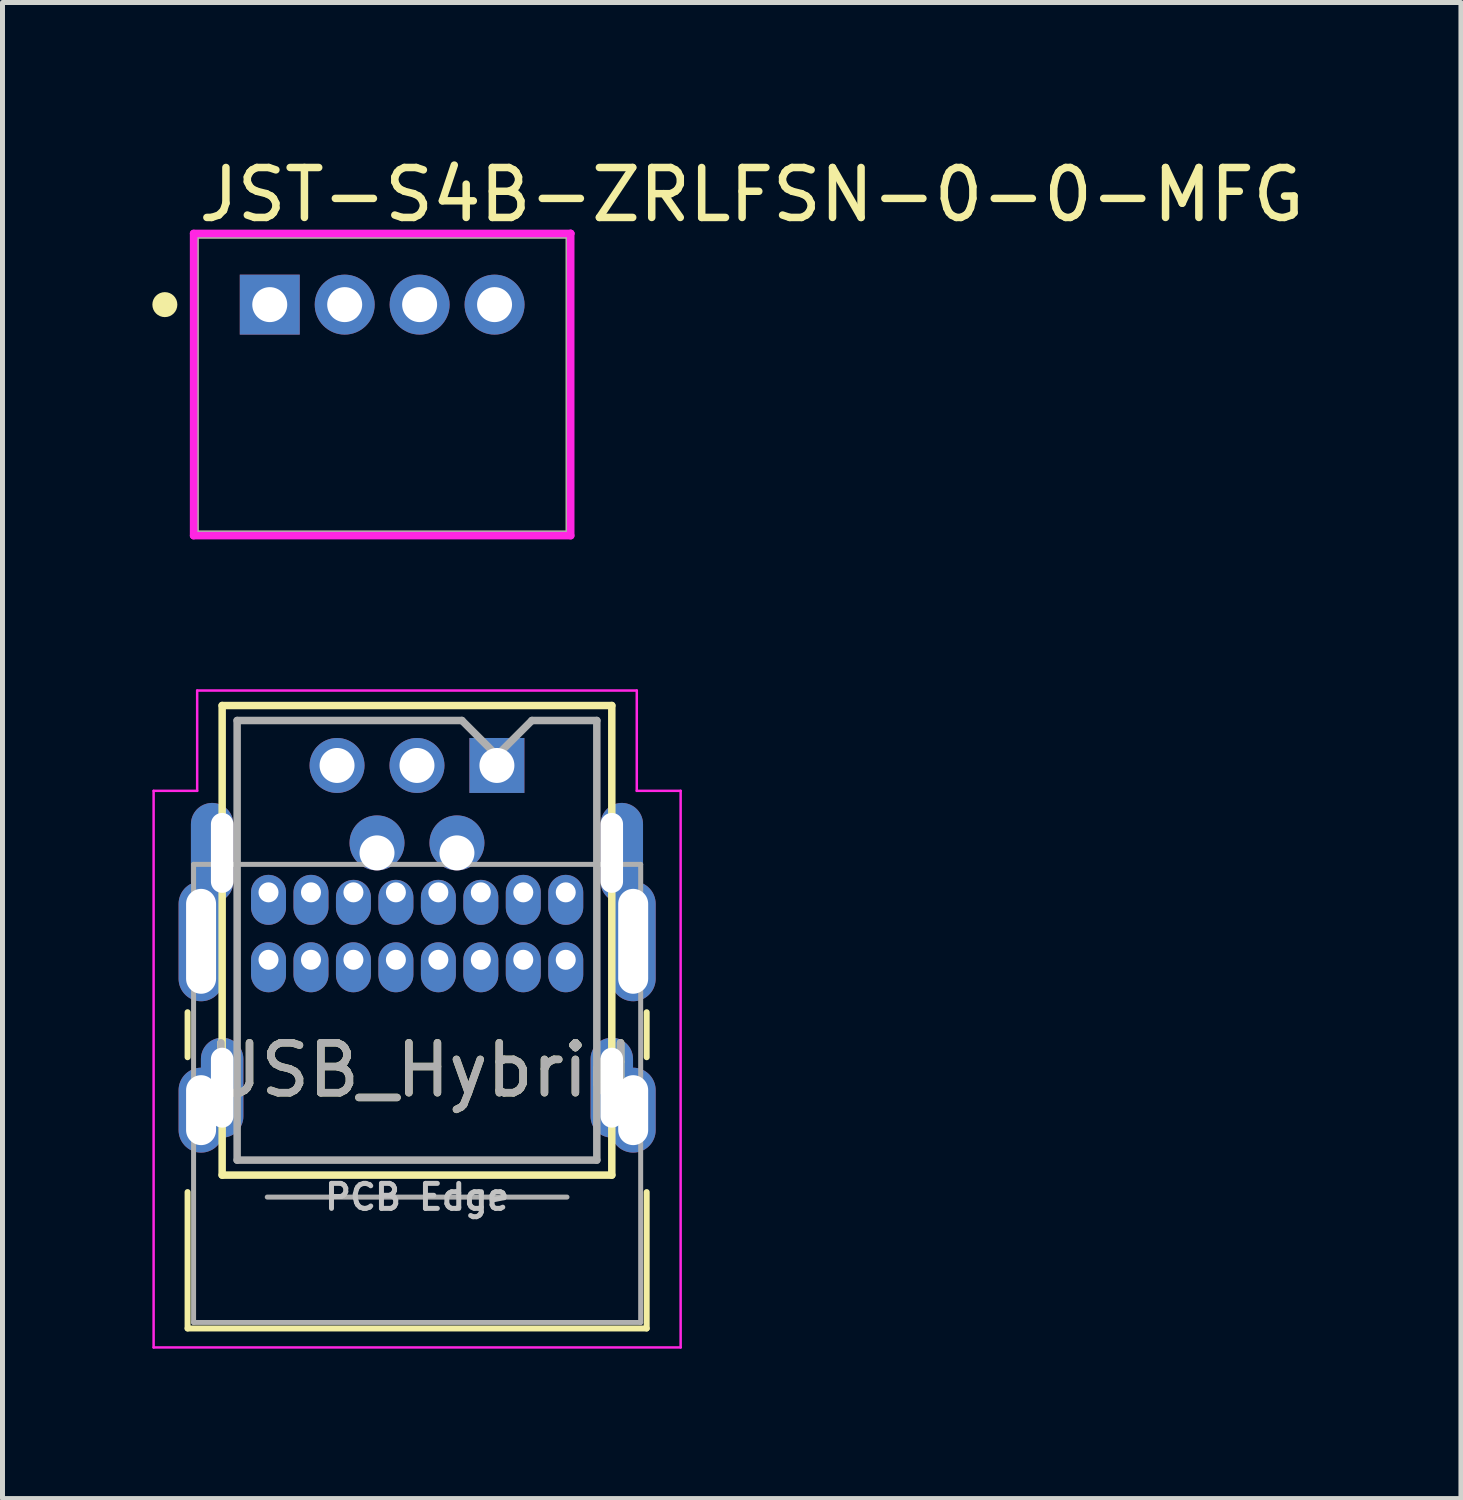
<source format=kicad_pcb>
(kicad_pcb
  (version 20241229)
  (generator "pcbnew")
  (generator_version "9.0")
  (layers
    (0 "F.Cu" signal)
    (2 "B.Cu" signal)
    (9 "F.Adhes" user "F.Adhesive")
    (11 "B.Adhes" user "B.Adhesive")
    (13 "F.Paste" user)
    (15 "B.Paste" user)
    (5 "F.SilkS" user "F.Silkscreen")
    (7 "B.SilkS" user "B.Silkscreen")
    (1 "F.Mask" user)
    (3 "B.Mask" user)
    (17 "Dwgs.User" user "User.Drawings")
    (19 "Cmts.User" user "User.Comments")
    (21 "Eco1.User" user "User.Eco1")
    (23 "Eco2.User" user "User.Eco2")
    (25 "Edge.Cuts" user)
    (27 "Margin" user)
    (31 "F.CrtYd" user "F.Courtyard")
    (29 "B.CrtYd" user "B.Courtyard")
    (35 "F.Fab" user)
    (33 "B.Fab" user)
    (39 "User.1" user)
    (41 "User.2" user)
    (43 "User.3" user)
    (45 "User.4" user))
  (footprint "USB_Hybrid"
    (layer "F.Cu")
    (at 2.325 14.813)
    (property "Reference" "USB_Hybrid" (at 3.048 3.556 0) (layer "F.SilkS") (effects (font (size 1 1) (thickness 0.15))))
    (attr through_hole)
    (fp_line (start -1.62 2.4) (end -1.62 3.3) (stroke (width 0.12) (type solid)) (layer "F.SilkS"))
    (fp_line (start -1.62 6) (end -1.62 8.73) (stroke (width 0.12) (type solid)) (layer "F.SilkS"))
    (fp_line (start -1.62 8.73) (end 7.57 8.73) (stroke (width 0.12) (type solid)) (layer "F.SilkS"))
    (fp_line (start -0.928 -3.74) (end -0.928 5.66) (stroke (width 0.15) (type solid)) (layer "F.SilkS"))
    (fp_line (start 6.872 -3.74) (end -0.928 -3.74) (stroke (width 0.15) (type solid)) (layer "F.SilkS"))
    (fp_line (start 6.872 5.66) (end -0.928 5.66) (stroke (width 0.15) (type solid)) (layer "F.SilkS"))
    (fp_line (start 6.872 5.66) (end 6.872 -3.74) (stroke (width 0.15) (type solid)) (layer "F.SilkS"))
    (fp_line (start 7.57 2.4) (end 7.57 3.3) (stroke (width 0.12) (type solid)) (layer "F.SilkS"))
    (fp_line (start 7.57 6) (end 7.57 8.73) (stroke (width 0.12) (type solid)) (layer "F.SilkS"))
    (fp_line (start -2.3 -2.032) (end -2.3 9.11) (stroke (width 0.05) (type solid)) (layer "F.CrtYd"))
    (fp_line (start -2.3 -2.032) (end -1.428 -2.032) (stroke (width 0.05) (type solid)) (layer "F.CrtYd"))
    (fp_line (start -2.3 9.11) (end 8.25 9.11) (stroke (width 0.05) (type solid)) (layer "F.CrtYd"))
    (fp_line (start -1.428 -4.04) (end -1.428 -2.032) (stroke (width 0.05) (type solid)) (layer "F.CrtYd"))
    (fp_line (start 7.372 -4.04) (end -1.428 -4.04) (stroke (width 0.05) (type solid)) (layer "F.CrtYd"))
    (fp_line (start 7.372 -2.032) (end 7.372 -4.04) (stroke (width 0.05) (type solid)) (layer "F.CrtYd"))
    (fp_line (start 7.372 -2.032) (end 8.25 -2.032) (stroke (width 0.05) (type solid)) (layer "F.CrtYd"))
    (fp_line (start 8.25 -2.032) (end 8.25 9.11) (stroke (width 0.05) (type solid)) (layer "F.CrtYd"))
    (fp_line (start -1.5 -0.56) (end -1.5 8.61) (stroke (width 0.1) (type solid)) (layer "F.Fab"))
    (fp_line (start -1.5 -0.56) (end 7.45 -0.56) (stroke (width 0.1) (type solid)) (layer "F.Fab"))
    (fp_line (start -1.5 8.61) (end 7.45 8.61) (stroke (width 0.1) (type solid)) (layer "F.Fab"))
    (fp_line (start -0.628 5.36) (end -0.628 -3.44) (stroke (width 0.15) (type solid)) (layer "F.Fab"))
    (fp_line (start -0.628 5.36) (end 6.572 5.36) (stroke (width 0.15) (type solid)) (layer "F.Fab"))
    (fp_line (start -0.025 6.1) (end 5.975 6.1) (stroke (width 0.1) (type solid)) (layer "F.Fab"))
    (fp_line (start 3.872 -3.44) (end -0.628 -3.44) (stroke (width 0.15) (type solid)) (layer "F.Fab"))
    (fp_line (start 4.572 -2.74) (end 3.872 -3.44) (stroke (width 0.15) (type solid)) (layer "F.Fab"))
    (fp_line (start 5.272 -3.44) (end 4.572 -2.74) (stroke (width 0.15) (type solid)) (layer "F.Fab"))
    (fp_line (start 6.572 -3.44) (end 5.272 -3.44) (stroke (width 0.15) (type solid)) (layer "F.Fab"))
    (fp_line (start 6.572 -3.44) (end 6.572 5.36) (stroke (width 0.15) (type solid)) (layer "F.Fab"))
    (fp_line (start 7.45 -0.56) (end 7.45 8.61) (stroke (width 0.1) (type solid)) (layer "F.Fab"))
    (fp_text user "PCB Edge" (at 2.975 6.1 0) (layer "Dwgs.User") (effects (font (size 0.5 0.5) (thickness 0.1))))
    (fp_text user "${REFERENCE}" (at 3.048 3.556 0) (layer "F.Fab") (effects (font (size 1 1) (thickness 0.15))))
    (pad "" thru_hole oval (at 3.772 -0.79 180) (size 1.1 1.1) (drill 0.7 (offset 0 0.2)) (layers "*.Cu" "*.Mask"))
    (pad "A1" thru_hole oval (at 0 0) (size 0.7 1) (drill 0.4 (offset 0 0.15)) (layers "*.Cu" "*.Mask"))
    (pad "A1" thru_hole rect (at 4.572 -2.54 180) (size 1.1 1.1) (drill 0.7) (layers "*.Cu" "*.Mask"))
    (pad "A4" thru_hole oval (at 0.85 0) (size 0.7 1) (drill 0.4 (offset 0 0.15)) (layers "*.Cu" "*.Mask"))
    (pad "A4" thru_hole circle (at 1.372 -2.54 180) (size 1.1 1.1) (drill 0.7) (layers "*.Cu" "*.Mask"))
    (pad "A5" thru_hole oval (at 1.7 0) (size 0.7 0.9) (drill 0.4 (offset 0 0.2)) (layers "*.Cu" "*.Mask"))
    (pad "A6" thru_hole oval (at 2.55 0) (size 0.7 0.9) (drill 0.4 (offset 0 0.2)) (layers "*.Cu" "*.Mask"))
    (pad "A6" thru_hole circle (at 2.972 -2.54 180) (size 1.1 1.1) (drill 0.7) (layers "*.Cu" "*.Mask"))
    (pad "A7" thru_hole oval (at 2.172 -0.79 180) (size 1.1 1.1) (drill 0.7 (offset 0 0.2)) (layers "*.Cu" "*.Mask"))
    (pad "A7" thru_hole oval (at 3.4 0) (size 0.7 0.9) (drill 0.4 (offset 0 0.2)) (layers "*.Cu" "*.Mask"))
    (pad "A8" thru_hole oval (at 4.25 0) (size 0.7 0.9) (drill 0.4 (offset 0 0.2)) (layers "*.Cu" "*.Mask"))
    (pad "A9" thru_hole oval (at 5.1 0) (size 0.7 1) (drill 0.4 (offset 0 0.15)) (layers "*.Cu" "*.Mask"))
    (pad "A12" thru_hole oval (at 5.95 0) (size 0.7 1) (drill 0.4 (offset 0 0.15)) (layers "*.Cu" "*.Mask"))
    (pad "B1" thru_hole oval (at 5.95 1.35) (size 0.7 1) (drill 0.4 (offset 0 0.15)) (layers "*.Cu" "*.Mask"))
    (pad "B4" thru_hole oval (at 5.1 1.35) (size 0.7 1) (drill 0.4 (offset 0 0.15)) (layers "*.Cu" "*.Mask"))
    (pad "B5" thru_hole oval (at 4.25 1.35) (size 0.7 1) (drill 0.4 (offset 0 0.15)) (layers "*.Cu" "*.Mask"))
    (pad "B6" thru_hole oval (at 3.4 1.35) (size 0.7 1) (drill 0.4 (offset 0 0.15)) (layers "*.Cu" "*.Mask"))
    (pad "B7" thru_hole oval (at 2.55 1.35) (size 0.7 1) (drill 0.4 (offset 0 0.15)) (layers "*.Cu" "*.Mask"))
    (pad "B8" thru_hole oval (at 1.7 1.35) (size 0.7 1) (drill 0.4 (offset 0 0.15)) (layers "*.Cu" "*.Mask"))
    (pad "B9" thru_hole oval (at 0.85 1.35) (size 0.7 1) (drill 0.4 (offset 0 0.15)) (layers "*.Cu" "*.Mask"))
    (pad "B12" thru_hole oval (at 0 1.35) (size 0.7 1) (drill 0.4 (offset 0 0.15)) (layers "*.Cu" "*.Mask"))
    (pad "S1" thru_hole oval (at -1.35 0.98) (size 0.9 2.4) (drill oval 0.6 2.1) (layers "*.Cu" "*.Mask"))
    (pad "S1" thru_hole oval (at -1.35 4.36) (size 0.9 1.7) (drill oval 0.6 1.4) (layers "*.Cu" "*.Mask"))
    (pad "S1" thru_hole oval (at -0.928 -0.79 180) (size 0.85 2) (drill oval 0.45 1.6 (offset 0.2 0)) (layers "*.Cu" "*.Mask"))
    (pad "S1" thru_hole oval (at -0.928 3.91 180) (size 0.85 2) (drill oval 0.45 1.6) (layers "*.Cu" "*.Mask"))
    (pad "S1" thru_hole oval (at 6.872 -0.79 180) (size 0.85 2) (drill oval 0.45 1.6 (offset -0.2 0)) (layers "*.Cu" "*.Mask"))
    (pad "S1" thru_hole oval (at 6.872 3.91 180) (size 0.85 2) (drill oval 0.45 1.6) (layers "*.Cu" "*.Mask"))
    (pad "S1" thru_hole oval (at 7.3 0.98) (size 0.9 2.4) (drill oval 0.6 2.1) (layers "*.Cu" "*.Mask"))
    (pad "S1" thru_hole oval (at 7.3 4.36) (size 0.9 1.7) (drill oval 0.6 1.4) (layers "*.Cu" "*.Mask")))
  (footprint "JST-S4B-ZRLFSN-0-0-MFG"
    (layer "F.Cu")
    (at 4.6 4.648)
    (property "Reference" "JST-S4B-ZRLFSN-0-0-MFG" (at -3.75 -3.8 0) (layer "F.SilkS") (effects (font (size 1 1) (thickness 0.15)) (justify left)))
    (attr through_hole)
    (fp_line (start -3.75 -3) (end 3.75 -3) (stroke (width 0.15) (type solid)) (layer "F.SilkS"))
    (fp_line (start -3.75 3) (end -3.75 -3) (stroke (width 0.15) (type solid)) (layer "F.SilkS"))
    (fp_line (start -3.75 3) (end 3.75 3) (stroke (width 0.15) (type solid)) (layer "F.SilkS"))
    (fp_line (start 3.75 3) (end 3.75 -3) (stroke (width 0.15) (type solid)) (layer "F.SilkS"))
    (fp_circle (center -4.35 -1.6) (end -4.225 -1.6) (stroke (width 0.25) (type solid)) (fill no) (layer "F.SilkS"))
    (fp_line (start -3.775 -3.025) (end -3.775 3.025) (stroke (width 0.15) (type solid)) (layer "F.CrtYd"))
    (fp_line (start -3.775 3.025) (end 3.775 3.025) (stroke (width 0.15) (type solid)) (layer "F.CrtYd"))
    (fp_line (start 3.775 -3.025) (end -3.775 -3.025) (stroke (width 0.15) (type solid)) (layer "F.CrtYd"))
    (fp_line (start 3.775 -3.025) (end 3.775 -3.025) (stroke (width 0.15) (type solid)) (layer "F.CrtYd"))
    (fp_line (start 3.775 3.025) (end 3.775 -3.025) (stroke (width 0.15) (type solid)) (layer "F.CrtYd"))
    (fp_line (start -3.75 -3) (end 3.75 -3) (stroke (width 0.15) (type solid)) (layer "F.Fab"))
    (fp_line (start -3.75 3) (end -3.75 -3) (stroke (width 0.15) (type solid)) (layer "F.Fab"))
    (fp_line (start 3.75 -3) (end 3.75 3) (stroke (width 0.15) (type solid)) (layer "F.Fab"))
    (fp_line (start 3.75 3) (end -3.75 3) (stroke (width 0.15) (type solid)) (layer "F.Fab"))
    (pad "1" thru_hole rect (at -2.25 -1.6) (size 1.2 1.2) (drill 0.7) (layers "*.Cu"))
    (pad "2" thru_hole circle (at -0.75 -1.6) (size 1.2 1.2) (drill 0.7) (layers "*.Cu"))
    (pad "3" thru_hole circle (at 0.75 -1.6) (size 1.2 1.2) (drill 0.7) (layers "*.Cu"))
    (pad "4" thru_hole circle (at 2.25 -1.6) (size 1.2 1.2) (drill 0.7) (layers "*.Cu")))
  (gr_rect
    (start -3 -3)
    (end 26.195 26.948)
    (stroke (width 0.1) (type default))
    (fill no)
    (layer "Edge.Cuts")))
</source>
